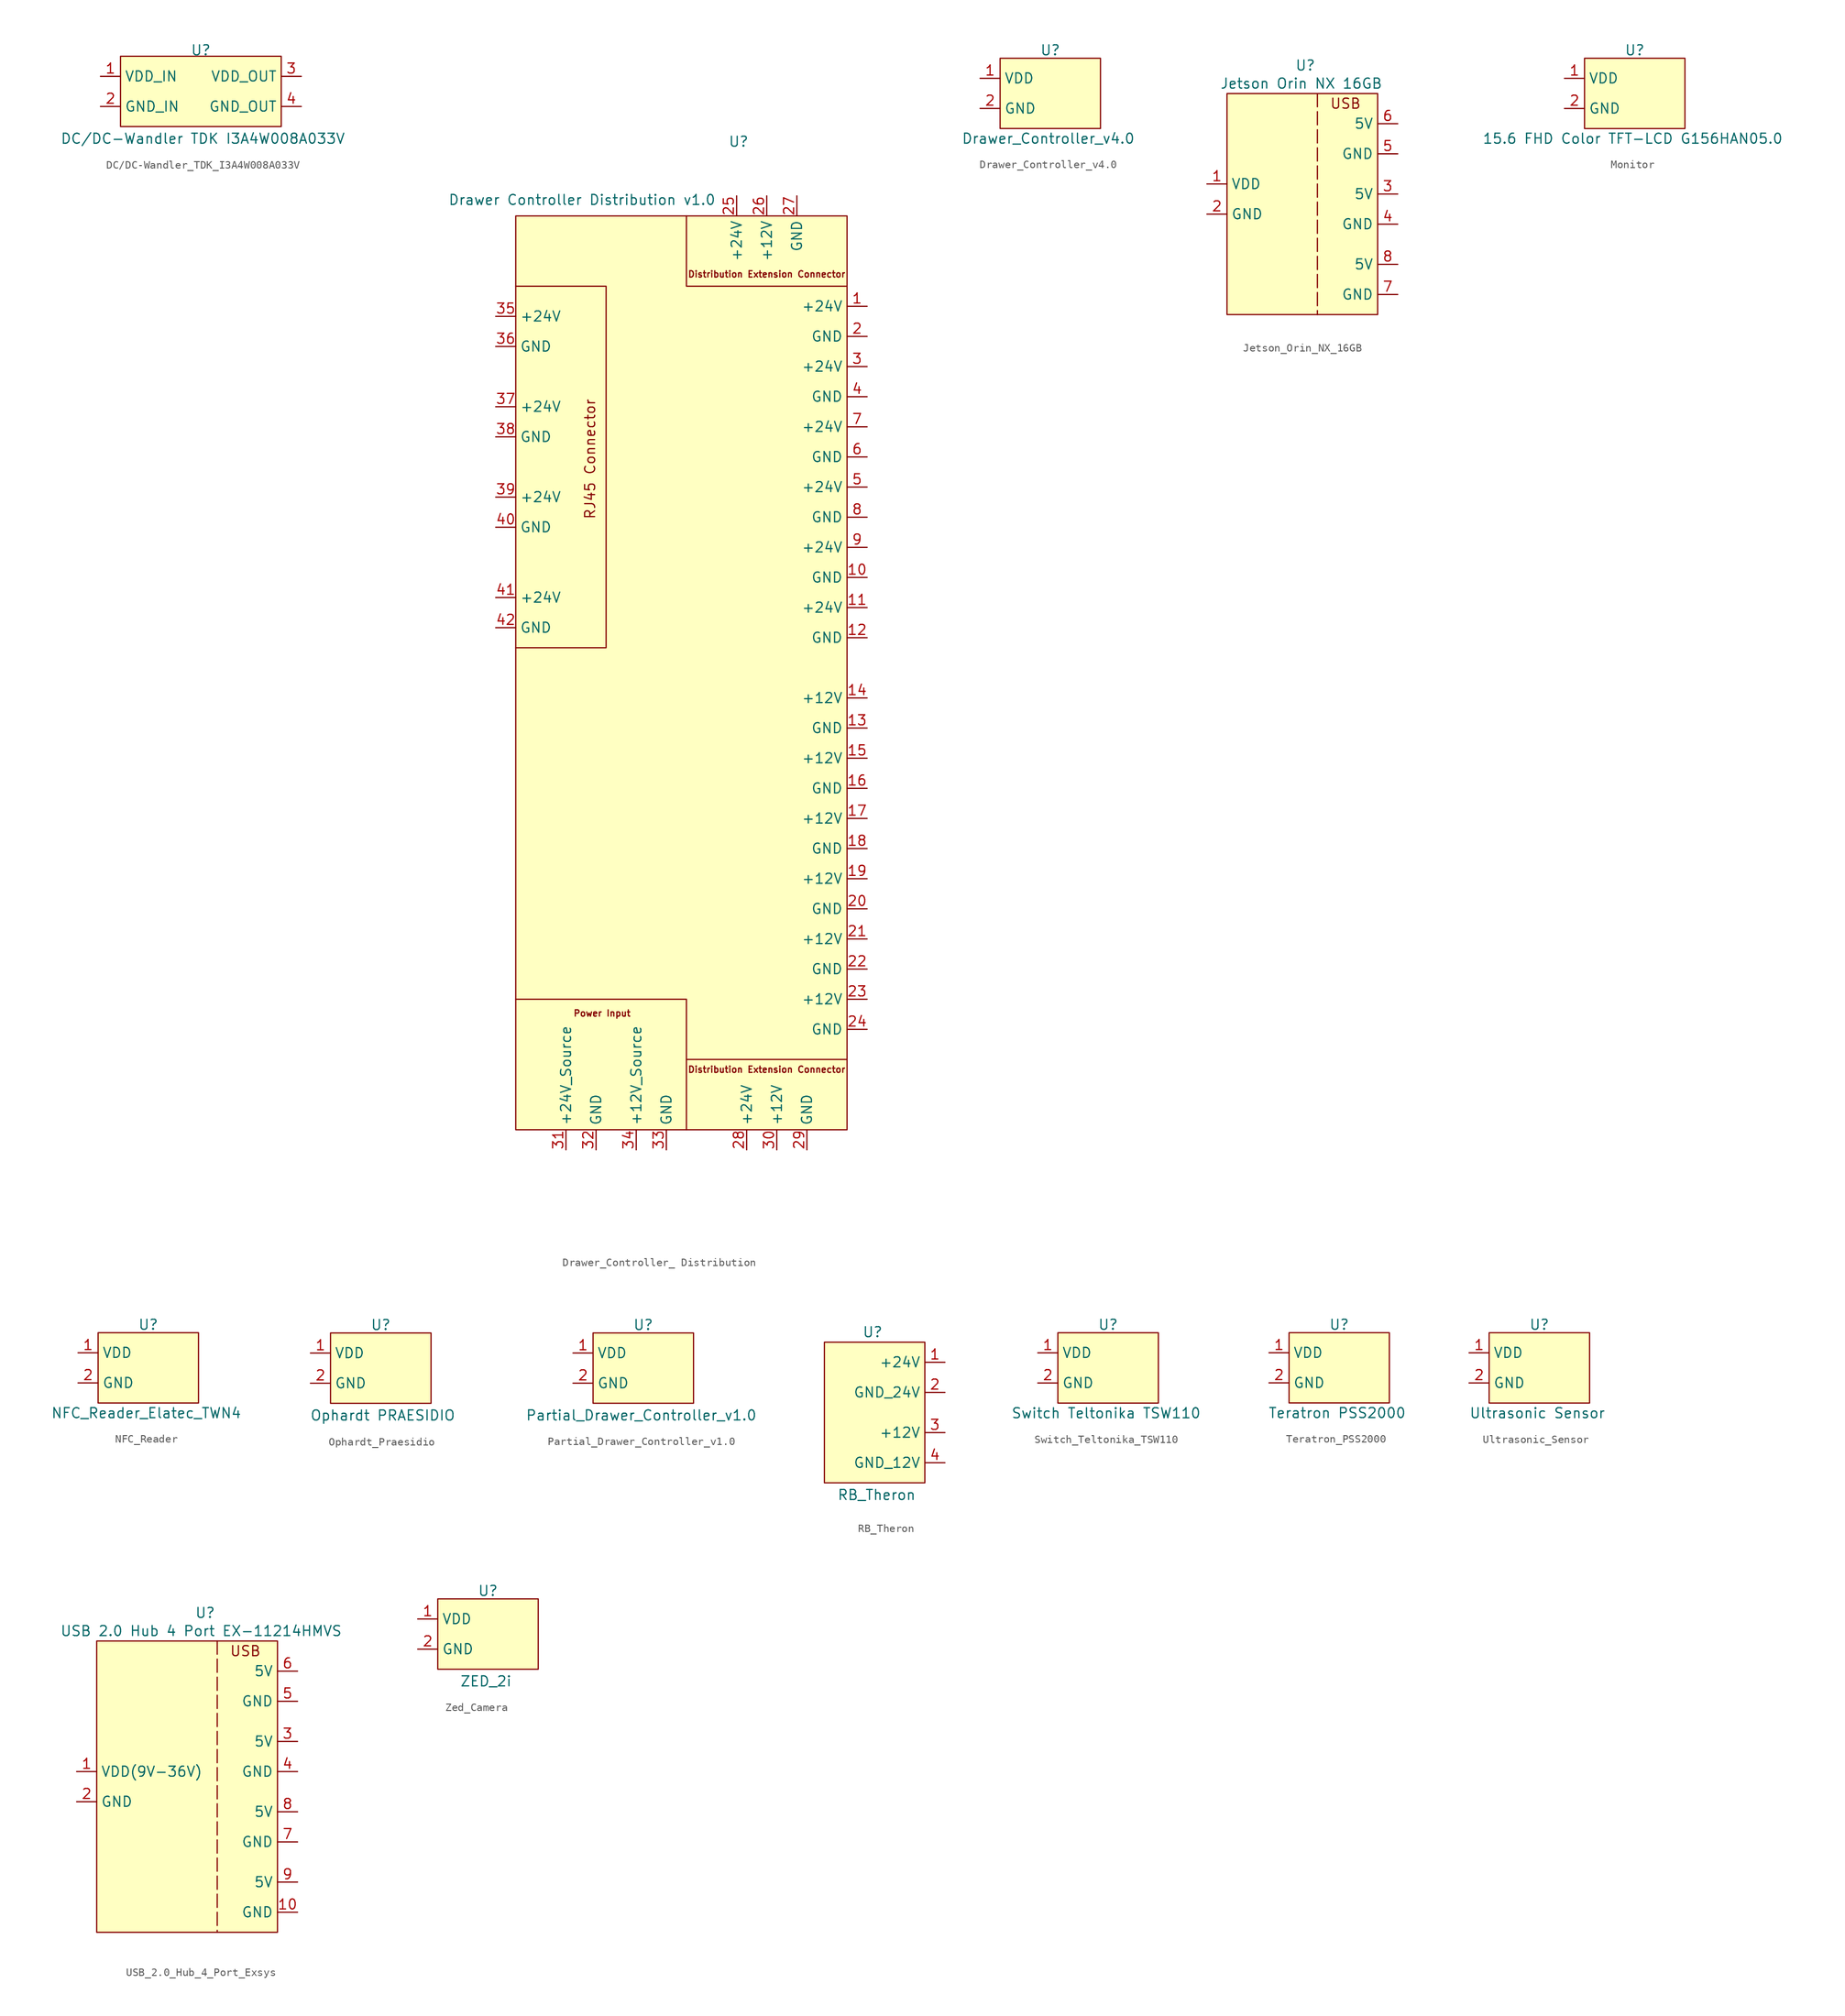
<source format=kicad_sym>
(kicad_symbol_lib
  (version 20231120)
  (generator "kicad_symbol_editor")
  (generator_version "8.0")
  (symbol "DC/DC-Wandler_TDK_I3A4W008A033V"
    (property "Reference" "U"
      (at 0 5.842 0)
      (effects (font (size 1.27 1.27))))
    (property "Value" "DC/DC-Wandler TDK I3A4W008A033V"
      (at 0.254 -5.334 0)
      (effects (font (size 1.27 1.27))))
    (symbol "DC/DC-Wandler_TDK_I3A4W008A033V_1_0"
      (pin power_in line (at -12.7 2.54 0) (length 2.54) (name "VDD_IN" (effects (font (size 1.27 1.27)))) (number "1" (effects (font (size 1.27 1.27)))))
      (pin power_in line (at -12.7 -1.27 0) (length 2.54) (name "GND_IN" (effects (font (size 1.27 1.27)))) (number "2" (effects (font (size 1.27 1.27)))))
      (pin output line (at 12.7 2.54 180) (length 2.54) (name "VDD_OUT" (effects (font (size 1.27 1.27)))) (number "3" (effects (font (size 1.27 1.27)))))
      (pin output line (at 12.7 -1.27 180) (length 2.54) (name "GND_OUT" (effects (font (size 1.27 1.27)))) (number "4" (effects (font (size 1.27 1.27))))))
    (symbol "DC/DC-Wandler_TDK_I3A4W008A033V_1_1"
      (rectangle (start -10.16 5.08) (end 10.16 -3.81) (stroke (width 0) (type default)) (fill (type background)))))
  (symbol "Drawer_Controller_ Distribution"
    (property "Reference" "U"
      (at 6.604 56.388 0)
      (effects (font (size 1.27 1.27))))
    (property "Value" "Drawer Controller Distribution v1.0"
      (at -13.208 49.022 0)
      (effects (font (size 1.27 1.27))))
    (symbol "Drawer_Controller_ Distribution_1_0"
      (pin power_out line (at 22.86 35.56 180) (length 2.54) (name "+24V" (effects (font (size 1.27 1.27)))) (number "1" (effects (font (size 1.27 1.27)))))
      (pin power_out line (at 22.86 1.27 180) (length 2.54) (name "GND" (effects (font (size 1.27 1.27)))) (number "10" (effects (font (size 1.27 1.27)))))
      (pin power_out line (at 22.86 -2.54 180) (length 2.54) (name "+24V" (effects (font (size 1.27 1.27)))) (number "11" (effects (font (size 1.27 1.27)))))
      (pin power_out line (at 22.86 -6.35 180) (length 2.54) (name "GND" (effects (font (size 1.27 1.27)))) (number "12" (effects (font (size 1.27 1.27)))))
      (pin power_out line (at 22.86 -17.78 180) (length 2.54) (name "GND" (effects (font (size 1.27 1.27)))) (number "13" (effects (font (size 1.27 1.27)))))
      (pin power_out line (at 22.86 -13.97 180) (length 2.54) (name "+12V" (effects (font (size 1.27 1.27)))) (number "14" (effects (font (size 1.27 1.27)))))
      (pin power_out line (at 22.86 -21.59 180) (length 2.54) (name "+12V" (effects (font (size 1.27 1.27)))) (number "15" (effects (font (size 1.27 1.27)))))
      (pin power_out line (at 22.86 -25.4 180) (length 2.54) (name "GND" (effects (font (size 1.27 1.27)))) (number "16" (effects (font (size 1.27 1.27)))))
      (pin power_out line (at 22.86 -29.21 180) (length 2.54) (name "+12V" (effects (font (size 1.27 1.27)))) (number "17" (effects (font (size 1.27 1.27)))))
      (pin power_out line (at 22.86 -33.02 180) (length 2.54) (name "GND" (effects (font (size 1.27 1.27)))) (number "18" (effects (font (size 1.27 1.27)))))
      (pin power_out line (at 22.86 -36.83 180) (length 2.54) (name "+12V" (effects (font (size 1.27 1.27)))) (number "19" (effects (font (size 1.27 1.27)))))
      (pin power_out line (at 22.86 31.75 180) (length 2.54) (name "GND" (effects (font (size 1.27 1.27)))) (number "2" (effects (font (size 1.27 1.27)))))
      (pin power_out line (at 22.86 -40.64 180) (length 2.54) (name "GND" (effects (font (size 1.27 1.27)))) (number "20" (effects (font (size 1.27 1.27)))))
      (pin power_out line (at 22.86 -44.45 180) (length 2.54) (name "+12V" (effects (font (size 1.27 1.27)))) (number "21" (effects (font (size 1.27 1.27)))))
      (pin power_out line (at 22.86 -48.26 180) (length 2.54) (name "GND" (effects (font (size 1.27 1.27)))) (number "22" (effects (font (size 1.27 1.27)))))
      (pin power_out line (at 22.86 -52.07 180) (length 2.54) (name "+12V" (effects (font (size 1.27 1.27)))) (number "23" (effects (font (size 1.27 1.27)))))
      (pin power_out line (at 22.86 -55.88 180) (length 2.54) (name "GND" (effects (font (size 1.27 1.27)))) (number "24" (effects (font (size 1.27 1.27)))))
      (pin power_out line (at 6.35 49.53 270) (length 2.54) (name "+24V" (effects (font (size 1.27 1.27)))) (number "25" (effects (font (size 1.27 1.27)))))
      (pin power_out line (at 10.16 49.53 270) (length 2.54) (name "+12V" (effects (font (size 1.27 1.27)))) (number "26" (effects (font (size 1.27 1.27)))))
      (pin power_out line (at 13.97 49.53 270) (length 2.54) (name "GND" (effects (font (size 1.27 1.27)))) (number "27" (effects (font (size 1.27 1.27)))))
      (pin power_in line (at 7.62 -71.12 90) (length 2.54) (name "+24V" (effects (font (size 1.27 1.27)))) (number "28" (effects (font (size 1.27 1.27)))))
      (pin power_in line (at 15.24 -71.12 90) (length 2.54) (name "GND" (effects (font (size 1.27 1.27)))) (number "29" (effects (font (size 1.27 1.27)))))
      (pin power_out line (at 22.86 27.94 180) (length 2.54) (name "+24V" (effects (font (size 1.27 1.27)))) (number "3" (effects (font (size 1.27 1.27)))))
      (pin power_in line (at 11.43 -71.12 90) (length 2.54) (name "+12V" (effects (font (size 1.27 1.27)))) (number "30" (effects (font (size 1.27 1.27)))))
      (pin power_in line (at -15.24 -71.12 90) (length 2.54) (name "+24V_Source" (effects (font (size 1.27 1.27)))) (number "31" (effects (font (size 1.27 1.27)))))
      (pin power_in line (at -11.43 -71.12 90) (length 2.54) (name "GND" (effects (font (size 1.27 1.27)))) (number "32" (effects (font (size 1.27 1.27)))))
      (pin power_in line (at -2.54 -71.12 90) (length 2.54) (name "GND" (effects (font (size 1.27 1.27)))) (number "33" (effects (font (size 1.27 1.27)))))
      (pin power_in line (at -6.35 -71.12 90) (length 2.54) (name "+12V_Source" (effects (font (size 1.27 1.27)))) (number "34" (effects (font (size 1.27 1.27)))))
      (pin power_out line (at -24.13 34.29 0) (length 2.54) (name "+24V" (effects (font (size 1.27 1.27)))) (number "35" (effects (font (size 1.27 1.27)))))
      (pin power_out line (at -24.13 30.48 0) (length 2.54) (name "GND" (effects (font (size 1.27 1.27)))) (number "36" (effects (font (size 1.27 1.27)))))
      (pin power_out line (at -24.13 22.86 0) (length 2.54) (name "+24V" (effects (font (size 1.27 1.27)))) (number "37" (effects (font (size 1.27 1.27)))))
      (pin power_out line (at -24.13 19.05 0) (length 2.54) (name "GND" (effects (font (size 1.27 1.27)))) (number "38" (effects (font (size 1.27 1.27)))))
      (pin power_out line (at -24.13 11.43 0) (length 2.54) (name "+24V" (effects (font (size 1.27 1.27)))) (number "39" (effects (font (size 1.27 1.27)))))
      (pin power_out line (at 22.86 24.13 180) (length 2.54) (name "GND" (effects (font (size 1.27 1.27)))) (number "4" (effects (font (size 1.27 1.27)))))
      (pin power_out line (at -24.13 7.62 0) (length 2.54) (name "GND" (effects (font (size 1.27 1.27)))) (number "40" (effects (font (size 1.27 1.27)))))
      (pin power_out line (at -24.13 -1.27 0) (length 2.54) (name "+24V" (effects (font (size 1.27 1.27)))) (number "41" (effects (font (size 1.27 1.27)))))
      (pin power_out line (at -24.13 -5.08 0) (length 2.54) (name "GND" (effects (font (size 1.27 1.27)))) (number "42" (effects (font (size 1.27 1.27)))))
      (pin power_out line (at 22.86 12.7 180) (length 2.54) (name "+24V" (effects (font (size 1.27 1.27)))) (number "5" (effects (font (size 1.27 1.27)))))
      (pin power_out line (at 22.86 16.51 180) (length 2.54) (name "GND" (effects (font (size 1.27 1.27)))) (number "6" (effects (font (size 1.27 1.27)))))
      (pin power_out line (at 22.86 20.32 180) (length 2.54) (name "+24V" (effects (font (size 1.27 1.27)))) (number "7" (effects (font (size 1.27 1.27)))))
      (pin power_out line (at 22.86 8.89 180) (length 2.54) (name "GND" (effects (font (size 1.27 1.27)))) (number "8" (effects (font (size 1.27 1.27)))))
      (pin power_out line (at 22.86 5.08 180) (length 2.54) (name "+24V" (effects (font (size 1.27 1.27)))) (number "9" (effects (font (size 1.27 1.27))))))
    (symbol "Drawer_Controller_ Distribution_1_1"
      (rectangle (start -21.59 46.99) (end 20.32 -68.58) (stroke (width 0) (type default)) (fill (type background)))
      (polyline (pts (xy 0 -68.58) (xy 0 -59.69) (xy 20.32 -59.69)) (stroke (width 0) (type default)) (fill (type none)))
      (polyline (pts (xy 0 -59.69) (xy 0 -52.07) (xy -21.59 -52.07)) (stroke (width 0) (type default)) (fill (type none)))
      (polyline (pts (xy 0 46.99) (xy 0 38.1) (xy 20.32 38.1)) (stroke (width 0) (type default)) (fill (type none)))
      (polyline (pts (xy -21.59 38.1) (xy -10.16 38.1) (xy -10.16 -7.62) (xy -21.59 -7.62)) (stroke (width 0) (type default)) (fill (type none)))
      (text "Distribution Extension Connector" (at 10.16 -60.96 0) (effects (font (size 0.8 0.8))))
      (text "Distribution Extension Connector" (at 10.16 39.624 0) (effects (font (size 0.8 0.8))))
      (text "Power Input" (at -10.668 -53.848 0) (effects (font (size 0.8 0.8))))
      (text "RJ45 Connector" (at -12.192 16.256 900) (effects (font (size 1.27 1.27))))))
  (symbol "Drawer_Controller_v4.0"
    (property "Reference" "U"
      (at 0 6.096 0)
      (effects (font (size 1.27 1.27))))
    (property "Value" "Drawer_Controller_v4.0"
      (at -0.254 -5.08 0)
      (effects (font (size 1.27 1.27))))
    (symbol "Drawer_Controller_v4.0_1_0"
      (pin power_in line (at -8.89 2.54 0) (length 2.54) (name "VDD" (effects (font (size 1.27 1.27)))) (number "1" (effects (font (size 1.27 1.27)))))
      (pin power_in line (at -8.89 -1.27 0) (length 2.54) (name "GND" (effects (font (size 1.27 1.27)))) (number "2" (effects (font (size 1.27 1.27))))))
    (symbol "Drawer_Controller_v4.0_1_1"
      (rectangle (start -6.35 5.08) (end 6.35 -3.81) (stroke (width 0) (type default)) (fill (type background)))))
  (symbol "Jetson_Orin_NX_16GB"
    (property "Reference" "U"
      (at 1.016 16.256 0)
      (effects (font (size 1.27 1.27))))
    (property "Value" "Jetson Orin NX 16GB"
      (at 0.508 13.97 0)
      (effects (font (size 1.27 1.27))))
    (symbol "Jetson_Orin_NX_16GB_1_0"
      (pin power_in line (at -11.43 1.27 0) (length 2.54) (name "VDD" (effects (font (size 1.27 1.27)))) (number "1" (effects (font (size 1.27 1.27)))))
      (pin power_in line (at -11.43 -2.54 0) (length 2.54) (name "GND" (effects (font (size 1.27 1.27)))) (number "2" (effects (font (size 1.27 1.27)))))
      (pin output line (at 12.7 0 180) (length 2.54) (name "5V" (effects (font (size 1.27 1.27)))) (number "3" (effects (font (size 1.27 1.27)))))
      (pin output line (at 12.7 -3.81 180) (length 2.54) (name "GND" (effects (font (size 1.27 1.27)))) (number "4" (effects (font (size 1.27 1.27)))))
      (pin output line (at 12.7 5.08 180) (length 2.54) (name "GND" (effects (font (size 1.27 1.27)))) (number "5" (effects (font (size 1.27 1.27)))))
      (pin output line (at 12.7 8.89 180) (length 2.54) (name "5V" (effects (font (size 1.27 1.27)))) (number "6" (effects (font (size 1.27 1.27)))))
      (pin output line (at 12.7 -12.7 180) (length 2.54) (name "GND" (effects (font (size 1.27 1.27)))) (number "7" (effects (font (size 1.27 1.27)))))
      (pin output line (at 12.7 -8.89 180) (length 2.54) (name "5V" (effects (font (size 1.27 1.27)))) (number "8" (effects (font (size 1.27 1.27))))))
    (symbol "Jetson_Orin_NX_16GB_1_1"
      (rectangle (start -8.89 12.7) (end 10.16 -15.24) (stroke (width 0) (type default)) (fill (type background)))
      (polyline (pts (xy 2.54 12.7) (xy 2.54 -15.24)) (stroke (width 0) (type dash)) (fill (type none)))
      (text "USB" (at 6.096 11.43 0) (effects (font (size 1.27 1.27))))))
  (symbol "Monitor"
    (property "Reference" "U"
      (at 0 6.096 0)
      (effects (font (size 1.27 1.27))))
    (property "Value" "15.6 FHD Color TFT-LCD G156HAN05.0"
      (at -0.254 -5.08 0)
      (effects (font (size 1.27 1.27))))
    (symbol "Monitor_1_0"
      (pin power_in line (at -8.89 2.54 0) (length 2.54) (name "VDD" (effects (font (size 1.27 1.27)))) (number "1" (effects (font (size 1.27 1.27)))))
      (pin power_in line (at -8.89 -1.27 0) (length 2.54) (name "GND" (effects (font (size 1.27 1.27)))) (number "2" (effects (font (size 1.27 1.27))))))
    (symbol "Monitor_1_1"
      (rectangle (start -6.35 5.08) (end 6.35 -3.81) (stroke (width 0) (type default)) (fill (type background)))))
  (symbol "NFC_Reader"
    (property "Reference" "U"
      (at 0 6.096 0)
      (effects (font (size 1.27 1.27))))
    (property "Value" "NFC_Reader_Elatec_TWN4"
      (at -0.254 -5.08 0)
      (effects (font (size 1.27 1.27))))
    (symbol "NFC_Reader_1_0"
      (pin power_in line (at -8.89 2.54 0) (length 2.54) (name "VDD" (effects (font (size 1.27 1.27)))) (number "1" (effects (font (size 1.27 1.27)))))
      (pin power_in line (at -8.89 -1.27 0) (length 2.54) (name "GND" (effects (font (size 1.27 1.27)))) (number "2" (effects (font (size 1.27 1.27))))))
    (symbol "NFC_Reader_1_1"
      (rectangle (start -6.35 5.08) (end 6.35 -3.81) (stroke (width 0) (type default)) (fill (type background)))))
  (symbol "Ophardt_Praesidio"
    (property "Reference" "U"
      (at 0 6.096 0)
      (effects (font (size 1.27 1.27))))
    (property "Value" "Ophardt PRAESIDIO"
      (at 0.254 -5.334 0)
      (effects (font (size 1.27 1.27))))
    (symbol "Ophardt_Praesidio_1_0"
      (pin power_in line (at -8.89 2.54 0) (length 2.54) (name "VDD" (effects (font (size 1.27 1.27)))) (number "1" (effects (font (size 1.27 1.27)))))
      (pin power_in line (at -8.89 -1.27 0) (length 2.54) (name "GND" (effects (font (size 1.27 1.27)))) (number "2" (effects (font (size 1.27 1.27))))))
    (symbol "Ophardt_Praesidio_1_1"
      (rectangle (start -6.35 5.08) (end 6.35 -3.81) (stroke (width 0) (type default)) (fill (type background)))))
  (symbol "Partial_Drawer_Controller_v1.0"
    (property "Reference" "U"
      (at 0 6.096 0)
      (effects (font (size 1.27 1.27))))
    (property "Value" "Partial_Drawer_Controller_v1.0"
      (at -0.254 -5.334 0)
      (effects (font (size 1.27 1.27))))
    (symbol "Partial_Drawer_Controller_v1.0_1_0"
      (pin power_in line (at -8.89 2.54 0) (length 2.54) (name "VDD" (effects (font (size 1.27 1.27)))) (number "1" (effects (font (size 1.27 1.27)))))
      (pin power_in line (at -8.89 -1.27 0) (length 2.54) (name "GND" (effects (font (size 1.27 1.27)))) (number "2" (effects (font (size 1.27 1.27))))))
    (symbol "Partial_Drawer_Controller_v1.0_1_1"
      (rectangle (start -6.35 5.08) (end 6.35 -3.81) (stroke (width 0) (type default)) (fill (type background)))))
  (symbol "RB_Theron"
    (property "Reference" "U"
      (at -0.254 10.16 0)
      (effects (font (size 1.27 1.27))))
    (property "Value" "RB_Theron"
      (at 0.254 -10.414 0)
      (effects (font (size 1.27 1.27))))
    (symbol "RB_Theron_1_0"
      (pin power_out line (at 8.89 6.35 180) (length 2.54) (name "+24V" (effects (font (size 1.27 1.27)))) (number "1" (effects (font (size 1.27 1.27)))))
      (pin power_out line (at 8.89 2.54 180) (length 2.54) (name "GND_24V" (effects (font (size 1.27 1.27)))) (number "2" (effects (font (size 1.27 1.27)))))
      (pin power_out line (at 8.89 -2.54 180) (length 2.54) (name "+12V" (effects (font (size 1.27 1.27)))) (number "3" (effects (font (size 1.27 1.27)))))
      (pin power_out line (at 8.89 -6.35 180) (length 2.54) (name "GND_12V" (effects (font (size 1.27 1.27)))) (number "4" (effects (font (size 1.27 1.27))))))
    (symbol "RB_Theron_1_1"
      (rectangle (start -6.35 8.89) (end 6.35 -8.89) (stroke (width 0) (type default)) (fill (type background)))))
  (symbol "Switch_Teltonika_TSW110"
    (property "Reference" "U"
      (at 0 6.096 0)
      (effects (font (size 1.27 1.27))))
    (property "Value" "Switch Teltonika TSW110"
      (at -0.254 -5.08 0)
      (effects (font (size 1.27 1.27))))
    (symbol "Switch_Teltonika_TSW110_1_0"
      (pin power_in line (at -8.89 2.54 0) (length 2.54) (name "VDD" (effects (font (size 1.27 1.27)))) (number "1" (effects (font (size 1.27 1.27)))))
      (pin power_in line (at -8.89 -1.27 0) (length 2.54) (name "GND" (effects (font (size 1.27 1.27)))) (number "2" (effects (font (size 1.27 1.27))))))
    (symbol "Switch_Teltonika_TSW110_1_1"
      (rectangle (start -6.35 5.08) (end 6.35 -3.81) (stroke (width 0) (type default)) (fill (type background)))))
  (symbol "Teratron_PSS2000"
    (property "Reference" "U"
      (at 0 6.096 0)
      (effects (font (size 1.27 1.27))))
    (property "Value" "Teratron PSS2000"
      (at -0.254 -5.08 0)
      (effects (font (size 1.27 1.27))))
    (symbol "Teratron_PSS2000_1_0"
      (pin power_in line (at -8.89 2.54 0) (length 2.54) (name "VDD" (effects (font (size 1.27 1.27)))) (number "1" (effects (font (size 1.27 1.27)))))
      (pin power_in line (at -8.89 -1.27 0) (length 2.54) (name "GND" (effects (font (size 1.27 1.27)))) (number "2" (effects (font (size 1.27 1.27))))))
    (symbol "Teratron_PSS2000_1_1"
      (rectangle (start -6.35 5.08) (end 6.35 -3.81) (stroke (width 0) (type default)) (fill (type background)))))
  (symbol "Ultrasonic_Sensor"
    (property "Reference" "U"
      (at 0 6.096 0)
      (effects (font (size 1.27 1.27))))
    (property "Value" "Ultrasonic Sensor"
      (at -0.254 -5.08 0)
      (effects (font (size 1.27 1.27))))
    (symbol "Ultrasonic_Sensor_1_0"
      (pin power_in line (at -8.89 2.54 0) (length 2.54) (name "VDD" (effects (font (size 1.27 1.27)))) (number "1" (effects (font (size 1.27 1.27)))))
      (pin power_in line (at -8.89 -1.27 0) (length 2.54) (name "GND" (effects (font (size 1.27 1.27)))) (number "2" (effects (font (size 1.27 1.27))))))
    (symbol "Ultrasonic_Sensor_1_1"
      (rectangle (start -6.35 5.08) (end 6.35 -3.81) (stroke (width 0) (type default)) (fill (type background)))))
  (symbol "USB_2.0_Hub_4_Port_Exsys"
    (property "Reference" "U"
      (at 1.016 22.606 0)
      (effects (font (size 1.27 1.27))))
    (property "Value" "USB 2.0 Hub 4 Port EX-11214HMVS"
      (at 0.508 20.32 0)
      (effects (font (size 1.27 1.27))))
    (symbol "USB_2.0_Hub_4_Port_Exsys_1_0"
      (pin power_in line (at -15.24 2.54 0) (length 2.54) (name "VDD(9V-36V)" (effects (font (size 1.27 1.27)))) (number "1" (effects (font (size 1.27 1.27)))))
      (pin output line (at 12.7 -15.24 180) (length 2.54) (name "GND" (effects (font (size 1.27 1.27)))) (number "10" (effects (font (size 1.27 1.27)))))
      (pin power_in line (at -15.24 -1.27 0) (length 2.54) (name "GND" (effects (font (size 1.27 1.27)))) (number "2" (effects (font (size 1.27 1.27)))))
      (pin output line (at 12.7 6.35 180) (length 2.54) (name "5V" (effects (font (size 1.27 1.27)))) (number "3" (effects (font (size 1.27 1.27)))))
      (pin output line (at 12.7 2.54 180) (length 2.54) (name "GND" (effects (font (size 1.27 1.27)))) (number "4" (effects (font (size 1.27 1.27)))))
      (pin output line (at 12.7 11.43 180) (length 2.54) (name "GND" (effects (font (size 1.27 1.27)))) (number "5" (effects (font (size 1.27 1.27)))))
      (pin output line (at 12.7 15.24 180) (length 2.54) (name "5V" (effects (font (size 1.27 1.27)))) (number "6" (effects (font (size 1.27 1.27)))))
      (pin output line (at 12.7 -6.35 180) (length 2.54) (name "GND" (effects (font (size 1.27 1.27)))) (number "7" (effects (font (size 1.27 1.27)))))
      (pin output line (at 12.7 -2.54 180) (length 2.54) (name "5V" (effects (font (size 1.27 1.27)))) (number "8" (effects (font (size 1.27 1.27)))))
      (pin output line (at 12.7 -11.43 180) (length 2.54) (name "5V" (effects (font (size 1.27 1.27)))) (number "9" (effects (font (size 1.27 1.27))))))
    (symbol "USB_2.0_Hub_4_Port_Exsys_1_1"
      (rectangle (start -12.7 19.05) (end 10.16 -17.78) (stroke (width 0) (type default)) (fill (type background)))
      (polyline (pts (xy 2.54 19.05) (xy 2.54 -17.78)) (stroke (width 0) (type dash)) (fill (type none)))
      (text "USB" (at 6.096 17.78 0) (effects (font (size 1.27 1.27))))))
  (symbol "Zed_Camera"
    (property "Reference" "U"
      (at 0 6.096 0)
      (effects (font (size 1.27 1.27))))
    (property "Value" "ZED_2i"
      (at -0.254 -5.334 0)
      (effects (font (size 1.27 1.27))))
    (symbol "Zed_Camera_1_0"
      (pin power_in line (at -8.89 2.54 0) (length 2.54) (name "VDD" (effects (font (size 1.27 1.27)))) (number "1" (effects (font (size 1.27 1.27)))))
      (pin power_in line (at -8.89 -1.27 0) (length 2.54) (name "GND" (effects (font (size 1.27 1.27)))) (number "2" (effects (font (size 1.27 1.27))))))
    (symbol "Zed_Camera_1_1"
      (rectangle (start -6.35 5.08) (end 6.35 -3.81) (stroke (width 0) (type default)) (fill (type background))))))
</source>
